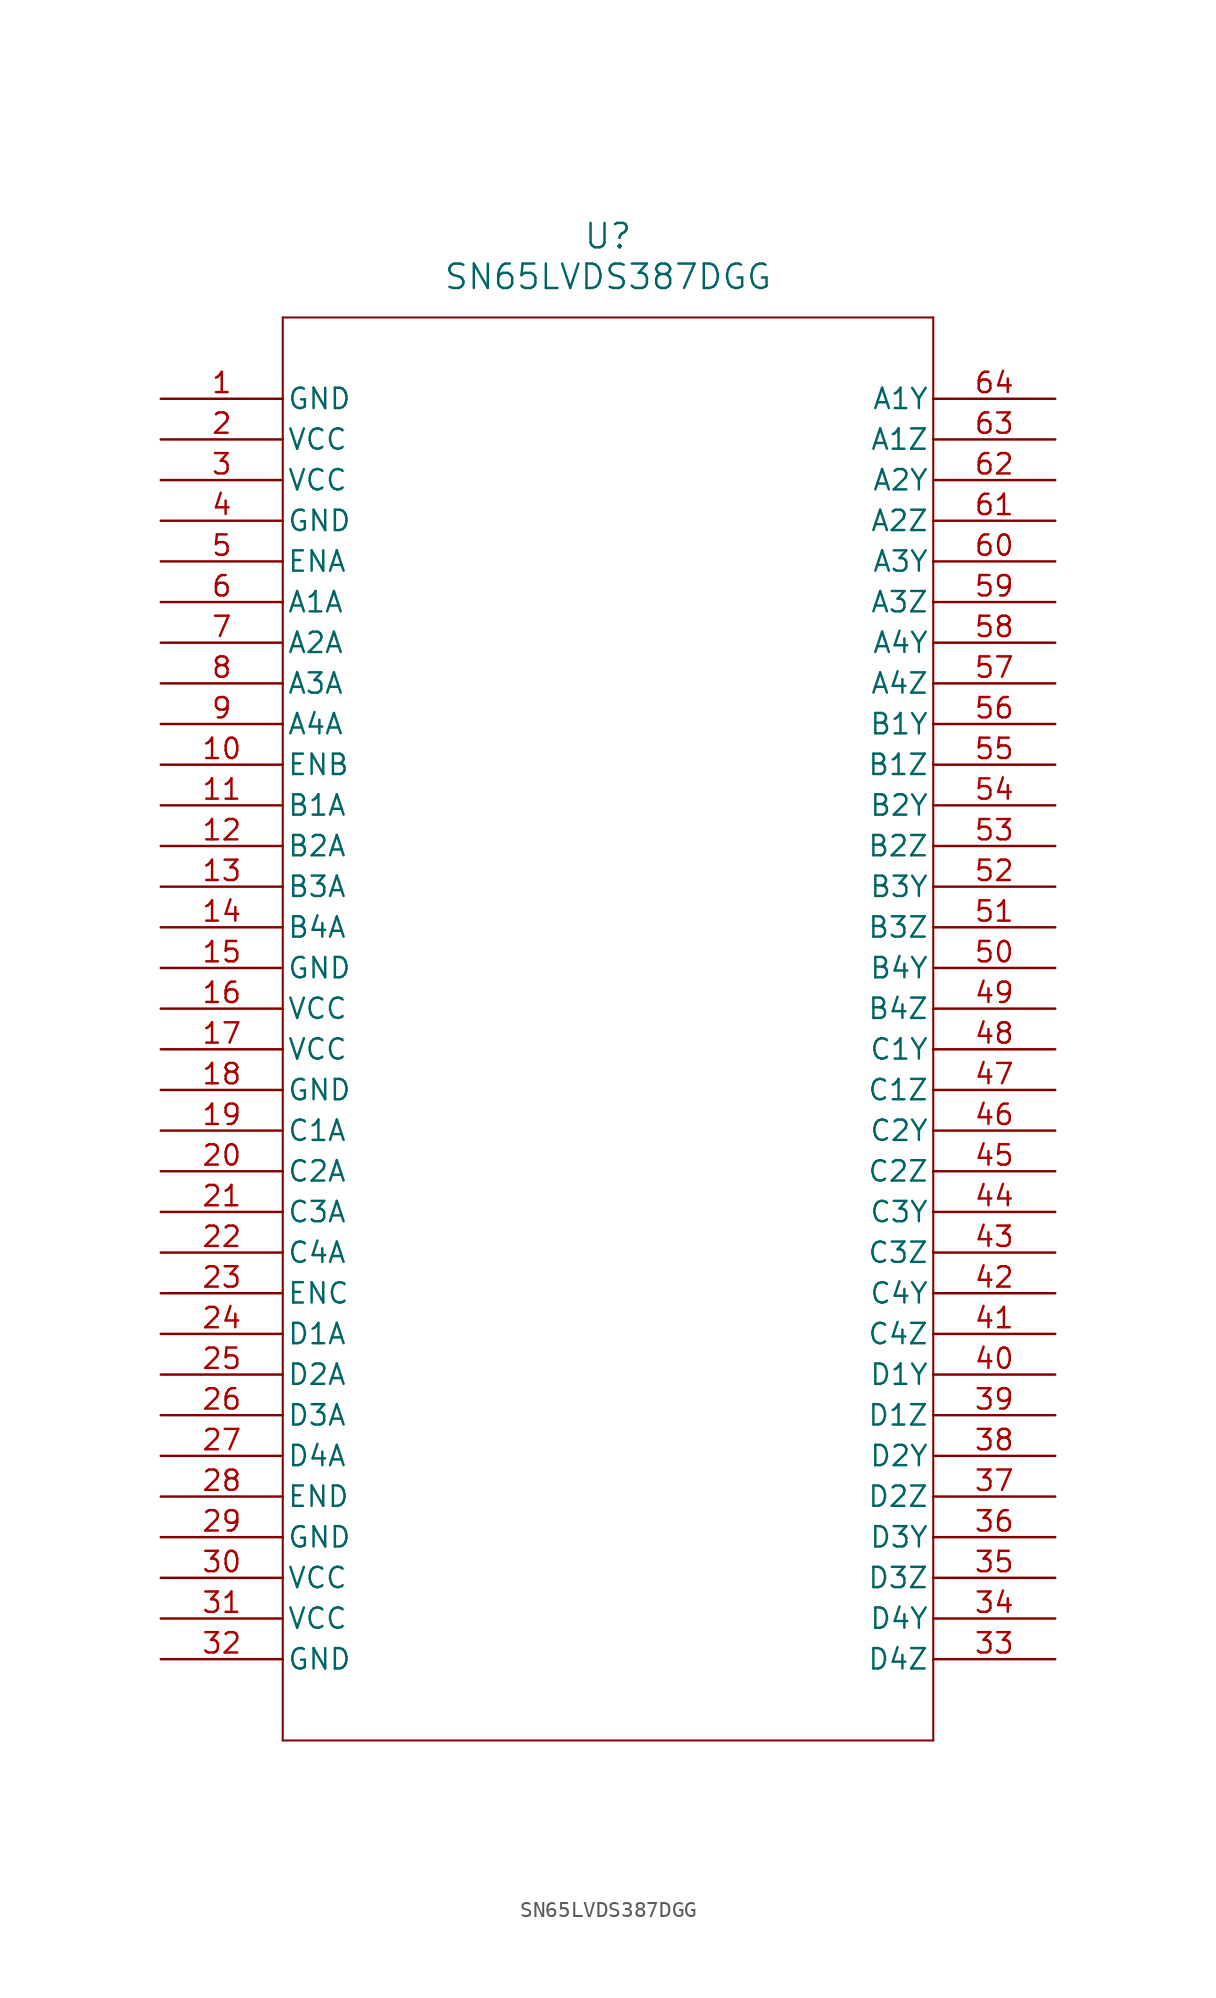
<source format=kicad_sym>
(kicad_symbol_lib
  (version 20211014)
  (generator kicad_symbol_editor)
  (symbol "SN65LVDS387DGG"
    (pin_names
      (offset 0.254))
    (property "Reference" "U"
      (at 27.94 10.16 0)
      (effects (font (size 1.524 1.524))))
    (property "Value" "SN65LVDS387DGG"
      (at 27.94 7.62 0)
      (effects (font (size 1.524 1.524))))
    (symbol "SN65LVDS387DGG_0_1"
      (polyline (pts (xy 7.62 5.08) (xy 7.62 -83.82)) (stroke (width 0.127) (type default) (color 0 0 0 0)) (fill (type none)))
      (polyline (pts (xy 7.62 -83.82) (xy 48.26 -83.82)) (stroke (width 0.127) (type default) (color 0 0 0 0)) (fill (type none)))
      (polyline (pts (xy 48.26 -83.82) (xy 48.26 5.08)) (stroke (width 0.127) (type default) (color 0 0 0 0)) (fill (type none)))
      (polyline (pts (xy 48.26 5.08) (xy 7.62 5.08)) (stroke (width 0.127) (type default) (color 0 0 0 0)) (fill (type none)))
      (pin power_in line (at 0 0 0) (length 7.62) (name "GND" (effects (font (size 1.27 1.27)))) (number "1" (effects (font (size 1.27 1.27)))))
      (pin power_in line (at 0 -2.54 0) (length 7.62) (name "VCC" (effects (font (size 1.27 1.27)))) (number "2" (effects (font (size 1.27 1.27)))))
      (pin power_in line (at 0 -5.08 0) (length 7.62) (name "VCC" (effects (font (size 1.27 1.27)))) (number "3" (effects (font (size 1.27 1.27)))))
      (pin power_in line (at 0 -7.62 0) (length 7.62) (name "GND" (effects (font (size 1.27 1.27)))) (number "4" (effects (font (size 1.27 1.27)))))
      (pin power_in line (at 0 -10.16 0) (length 7.62) (name "ENA" (effects (font (size 1.27 1.27)))) (number "5" (effects (font (size 1.27 1.27)))))
      (pin input line (at 0 -12.7 0) (length 7.62) (name "A1A" (effects (font (size 1.27 1.27)))) (number "6" (effects (font (size 1.27 1.27)))))
      (pin input line (at 0 -15.24 0) (length 7.62) (name "A2A" (effects (font (size 1.27 1.27)))) (number "7" (effects (font (size 1.27 1.27)))))
      (pin input line (at 0 -17.78 0) (length 7.62) (name "A3A" (effects (font (size 1.27 1.27)))) (number "8" (effects (font (size 1.27 1.27)))))
      (pin input line (at 0 -20.32 0) (length 7.62) (name "A4A" (effects (font (size 1.27 1.27)))) (number "9" (effects (font (size 1.27 1.27)))))
      (pin input line (at 0 -22.86 0) (length 7.62) (name "ENB" (effects (font (size 1.27 1.27)))) (number "10" (effects (font (size 1.27 1.27)))))
      (pin input line (at 0 -25.4 0) (length 7.62) (name "B1A" (effects (font (size 1.27 1.27)))) (number "11" (effects (font (size 1.27 1.27)))))
      (pin input line (at 0 -27.94 0) (length 7.62) (name "B2A" (effects (font (size 1.27 1.27)))) (number "12" (effects (font (size 1.27 1.27)))))
      (pin input line (at 0 -30.48 0) (length 7.62) (name "B3A" (effects (font (size 1.27 1.27)))) (number "13" (effects (font (size 1.27 1.27)))))
      (pin input line (at 0 -33.02 0) (length 7.62) (name "B4A" (effects (font (size 1.27 1.27)))) (number "14" (effects (font (size 1.27 1.27)))))
      (pin power_in line (at 0 -35.56 0) (length 7.62) (name "GND" (effects (font (size 1.27 1.27)))) (number "15" (effects (font (size 1.27 1.27)))))
      (pin power_in line (at 0 -38.1 0) (length 7.62) (name "VCC" (effects (font (size 1.27 1.27)))) (number "16" (effects (font (size 1.27 1.27)))))
      (pin power_in line (at 0 -40.64 0) (length 7.62) (name "VCC" (effects (font (size 1.27 1.27)))) (number "17" (effects (font (size 1.27 1.27)))))
      (pin power_in line (at 0 -43.18 0) (length 7.62) (name "GND" (effects (font (size 1.27 1.27)))) (number "18" (effects (font (size 1.27 1.27)))))
      (pin input line (at 0 -45.72 0) (length 7.62) (name "C1A" (effects (font (size 1.27 1.27)))) (number "19" (effects (font (size 1.27 1.27)))))
      (pin input line (at 0 -48.26 0) (length 7.62) (name "C2A" (effects (font (size 1.27 1.27)))) (number "20" (effects (font (size 1.27 1.27)))))
      (pin input line (at 0 -50.8 0) (length 7.62) (name "C3A" (effects (font (size 1.27 1.27)))) (number "21" (effects (font (size 1.27 1.27)))))
      (pin input line (at 0 -53.34 0) (length 7.62) (name "C4A" (effects (font (size 1.27 1.27)))) (number "22" (effects (font (size 1.27 1.27)))))
      (pin input line (at 0 -55.88 0) (length 7.62) (name "ENC" (effects (font (size 1.27 1.27)))) (number "23" (effects (font (size 1.27 1.27)))))
      (pin input line (at 0 -58.42 0) (length 7.62) (name "D1A" (effects (font (size 1.27 1.27)))) (number "24" (effects (font (size 1.27 1.27)))))
      (pin input line (at 0 -60.96 0) (length 7.62) (name "D2A" (effects (font (size 1.27 1.27)))) (number "25" (effects (font (size 1.27 1.27)))))
      (pin input line (at 0 -63.5 0) (length 7.62) (name "D3A" (effects (font (size 1.27 1.27)))) (number "26" (effects (font (size 1.27 1.27)))))
      (pin input line (at 0 -66.04 0) (length 7.62) (name "D4A" (effects (font (size 1.27 1.27)))) (number "27" (effects (font (size 1.27 1.27)))))
      (pin input line (at 0 -68.58 0) (length 7.62) (name "END" (effects (font (size 1.27 1.27)))) (number "28" (effects (font (size 1.27 1.27)))))
      (pin power_in line (at 0 -71.12 0) (length 7.62) (name "GND" (effects (font (size 1.27 1.27)))) (number "29" (effects (font (size 1.27 1.27)))))
      (pin power_in line (at 0 -73.66 0) (length 7.62) (name "VCC" (effects (font (size 1.27 1.27)))) (number "30" (effects (font (size 1.27 1.27)))))
      (pin power_in line (at 0 -76.2 0) (length 7.62) (name "VCC" (effects (font (size 1.27 1.27)))) (number "31" (effects (font (size 1.27 1.27)))))
      (pin power_in line (at 0 -78.74 0) (length 7.62) (name "GND" (effects (font (size 1.27 1.27)))) (number "32" (effects (font (size 1.27 1.27)))))
      (pin output line (at 55.88 -78.74 180) (length 7.62) (name "D4Z" (effects (font (size 1.27 1.27)))) (number "33" (effects (font (size 1.27 1.27)))))
      (pin output line (at 55.88 -76.2 180) (length 7.62) (name "D4Y" (effects (font (size 1.27 1.27)))) (number "34" (effects (font (size 1.27 1.27)))))
      (pin output line (at 55.88 -73.66 180) (length 7.62) (name "D3Z" (effects (font (size 1.27 1.27)))) (number "35" (effects (font (size 1.27 1.27)))))
      (pin output line (at 55.88 -71.12 180) (length 7.62) (name "D3Y" (effects (font (size 1.27 1.27)))) (number "36" (effects (font (size 1.27 1.27)))))
      (pin output line (at 55.88 -68.58 180) (length 7.62) (name "D2Z" (effects (font (size 1.27 1.27)))) (number "37" (effects (font (size 1.27 1.27)))))
      (pin output line (at 55.88 -66.04 180) (length 7.62) (name "D2Y" (effects (font (size 1.27 1.27)))) (number "38" (effects (font (size 1.27 1.27)))))
      (pin output line (at 55.88 -63.5 180) (length 7.62) (name "D1Z" (effects (font (size 1.27 1.27)))) (number "39" (effects (font (size 1.27 1.27)))))
      (pin output line (at 55.88 -60.96 180) (length 7.62) (name "D1Y" (effects (font (size 1.27 1.27)))) (number "40" (effects (font (size 1.27 1.27)))))
      (pin output line (at 55.88 -58.42 180) (length 7.62) (name "C4Z" (effects (font (size 1.27 1.27)))) (number "41" (effects (font (size 1.27 1.27)))))
      (pin output line (at 55.88 -55.88 180) (length 7.62) (name "C4Y" (effects (font (size 1.27 1.27)))) (number "42" (effects (font (size 1.27 1.27)))))
      (pin output line (at 55.88 -53.34 180) (length 7.62) (name "C3Z" (effects (font (size 1.27 1.27)))) (number "43" (effects (font (size 1.27 1.27)))))
      (pin output line (at 55.88 -50.8 180) (length 7.62) (name "C3Y" (effects (font (size 1.27 1.27)))) (number "44" (effects (font (size 1.27 1.27)))))
      (pin output line (at 55.88 -48.26 180) (length 7.62) (name "C2Z" (effects (font (size 1.27 1.27)))) (number "45" (effects (font (size 1.27 1.27)))))
      (pin output line (at 55.88 -45.72 180) (length 7.62) (name "C2Y" (effects (font (size 1.27 1.27)))) (number "46" (effects (font (size 1.27 1.27)))))
      (pin output line (at 55.88 -43.18 180) (length 7.62) (name "C1Z" (effects (font (size 1.27 1.27)))) (number "47" (effects (font (size 1.27 1.27)))))
      (pin output line (at 55.88 -40.64 180) (length 7.62) (name "C1Y" (effects (font (size 1.27 1.27)))) (number "48" (effects (font (size 1.27 1.27)))))
      (pin output line (at 55.88 -38.1 180) (length 7.62) (name "B4Z" (effects (font (size 1.27 1.27)))) (number "49" (effects (font (size 1.27 1.27)))))
      (pin output line (at 55.88 -35.56 180) (length 7.62) (name "B4Y" (effects (font (size 1.27 1.27)))) (number "50" (effects (font (size 1.27 1.27)))))
      (pin output line (at 55.88 -33.02 180) (length 7.62) (name "B3Z" (effects (font (size 1.27 1.27)))) (number "51" (effects (font (size 1.27 1.27)))))
      (pin output line (at 55.88 -30.48 180) (length 7.62) (name "B3Y" (effects (font (size 1.27 1.27)))) (number "52" (effects (font (size 1.27 1.27)))))
      (pin output line (at 55.88 -27.94 180) (length 7.62) (name "B2Z" (effects (font (size 1.27 1.27)))) (number "53" (effects (font (size 1.27 1.27)))))
      (pin output line (at 55.88 -25.4 180) (length 7.62) (name "B2Y" (effects (font (size 1.27 1.27)))) (number "54" (effects (font (size 1.27 1.27)))))
      (pin output line (at 55.88 -22.86 180) (length 7.62) (name "B1Z" (effects (font (size 1.27 1.27)))) (number "55" (effects (font (size 1.27 1.27)))))
      (pin output line (at 55.88 -20.32 180) (length 7.62) (name "B1Y" (effects (font (size 1.27 1.27)))) (number "56" (effects (font (size 1.27 1.27)))))
      (pin output line (at 55.88 -17.78 180) (length 7.62) (name "A4Z" (effects (font (size 1.27 1.27)))) (number "57" (effects (font (size 1.27 1.27)))))
      (pin output line (at 55.88 -15.24 180) (length 7.62) (name "A4Y" (effects (font (size 1.27 1.27)))) (number "58" (effects (font (size 1.27 1.27)))))
      (pin output line (at 55.88 -12.7 180) (length 7.62) (name "A3Z" (effects (font (size 1.27 1.27)))) (number "59" (effects (font (size 1.27 1.27)))))
      (pin output line (at 55.88 -10.16 180) (length 7.62) (name "A3Y" (effects (font (size 1.27 1.27)))) (number "60" (effects (font (size 1.27 1.27)))))
      (pin output line (at 55.88 -7.62 180) (length 7.62) (name "A2Z" (effects (font (size 1.27 1.27)))) (number "61" (effects (font (size 1.27 1.27)))))
      (pin output line (at 55.88 -5.08 180) (length 7.62) (name "A2Y" (effects (font (size 1.27 1.27)))) (number "62" (effects (font (size 1.27 1.27)))))
      (pin output line (at 55.88 -2.54 180) (length 7.62) (name "A1Z" (effects (font (size 1.27 1.27)))) (number "63" (effects (font (size 1.27 1.27)))))
      (pin output line (at 55.88 0 180) (length 7.62) (name "A1Y" (effects (font (size 1.27 1.27)))) (number "64" (effects (font (size 1.27 1.27))))))))
</source>
